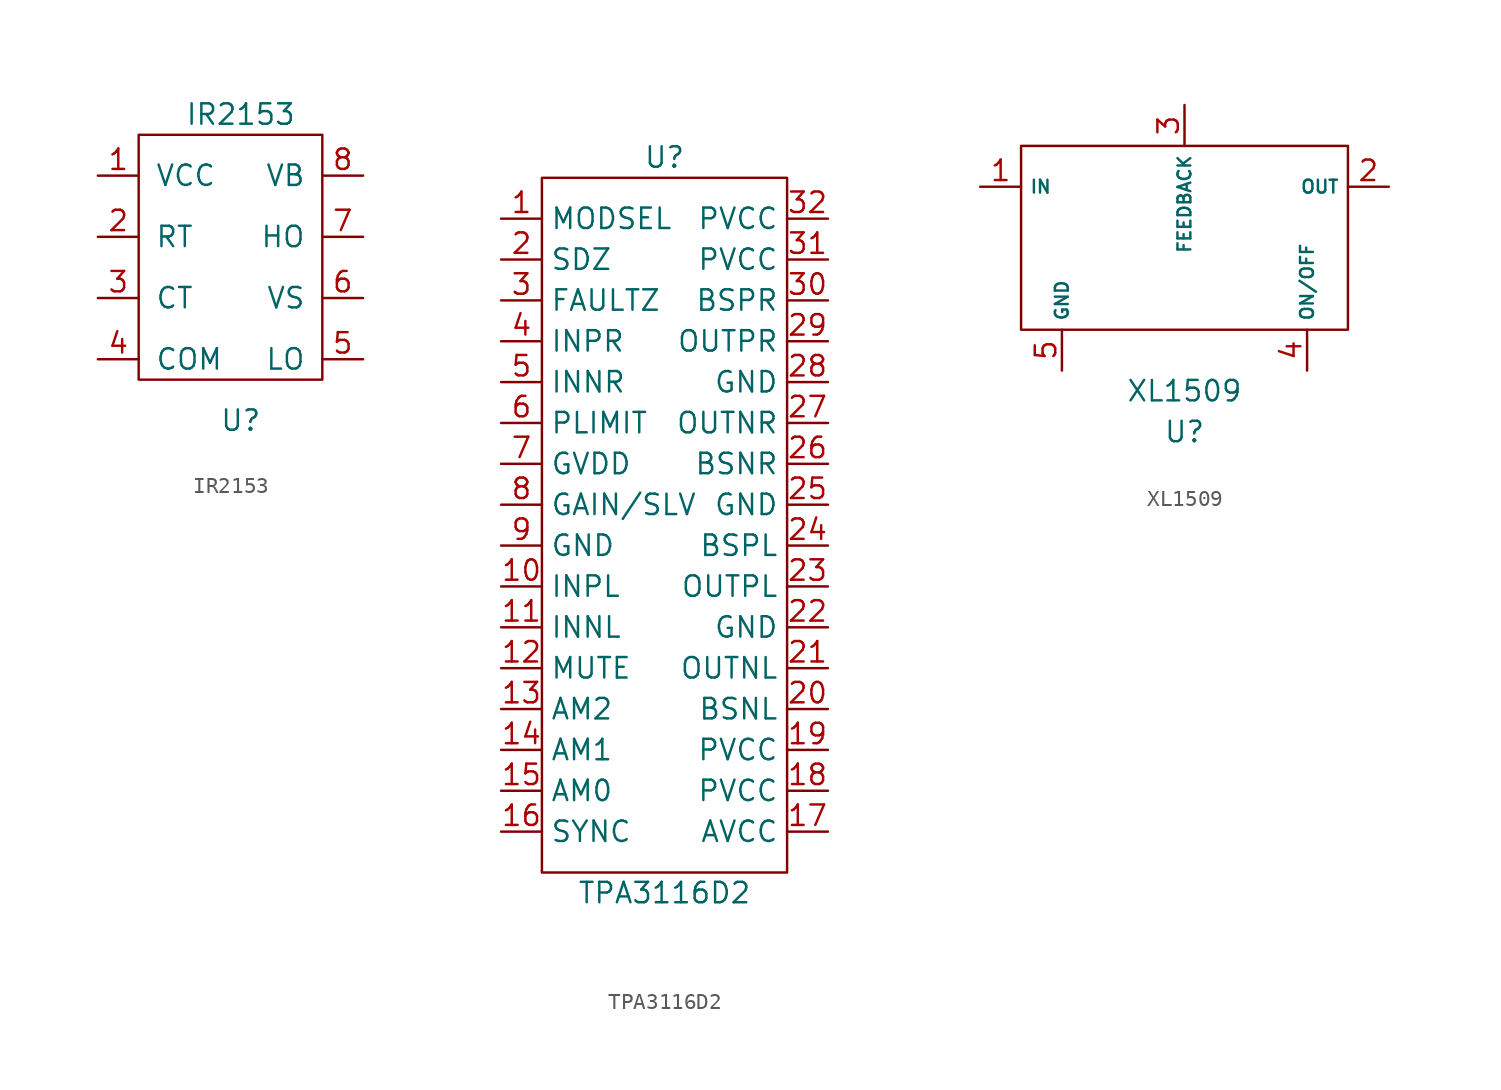
<source format=kicad_sym>
(kicad_symbol_lib
  (version 20211014)
  (generator kicad_symbol_editor)
  (symbol "IR2153"
    (pin_names
      (offset 1.016))
    (property "Reference" "U"
      (at 0 -10.16 0)
      (effects (font (size 1.27 1.27))))
    (property "Value" "IR2153"
      (at 0 8.89 0)
      (effects (font (size 1.27 1.27))))
    (symbol "IR2153_0_1"
      (rectangle (start -6.35 7.62) (end 5.08 -7.62) (stroke (width 0) (type default) (color 0 0 0 0)) (fill (type none))))
    (symbol "IR2153_1_1"
      (pin input line (at -8.89 5.08 0) (length 2.54) (name "VCC" (effects (font (size 1.27 1.27)))) (number "1" (effects (font (size 1.27 1.27)))))
      (pin input line (at -8.89 1.27 0) (length 2.54) (name "RT" (effects (font (size 1.27 1.27)))) (number "2" (effects (font (size 1.27 1.27)))))
      (pin input line (at -8.89 -2.54 0) (length 2.54) (name "CT" (effects (font (size 1.27 1.27)))) (number "3" (effects (font (size 1.27 1.27)))))
      (pin input line (at -8.89 -6.35 0) (length 2.54) (name "COM" (effects (font (size 1.27 1.27)))) (number "4" (effects (font (size 1.27 1.27)))))
      (pin input line (at 7.62 -6.35 180) (length 2.54) (name "LO" (effects (font (size 1.27 1.27)))) (number "5" (effects (font (size 1.27 1.27)))))
      (pin input line (at 7.62 -2.54 180) (length 2.54) (name "VS" (effects (font (size 1.27 1.27)))) (number "6" (effects (font (size 1.27 1.27)))))
      (pin input line (at 7.62 1.27 180) (length 2.54) (name "HO" (effects (font (size 1.27 1.27)))) (number "7" (effects (font (size 1.27 1.27)))))
      (pin input line (at 7.62 5.08 180) (length 2.54) (name "VB" (effects (font (size 1.27 1.27)))) (number "8" (effects (font (size 1.27 1.27)))))))
  (symbol "TPA3116D2"
    (property "Reference" "U"
      (at 0 15.24 0)
      (effects (font (size 1.27 1.27))))
    (property "Value" "TPA3116D2"
      (at 0 -30.48 0)
      (effects (font (size 1.27 1.27))))
    (symbol "TPA3116D2_0_1"
      (rectangle (start -7.62 13.97) (end 7.62 -29.21) (stroke (width 0) (type default) (color 0 0 0 0)) (fill (type none))))
    (symbol "TPA3116D2_1_1"
      (pin input line (at -10.16 11.43 0) (length 2.54) (name "MODSEL" (effects (font (size 1.27 1.27)))) (number "1" (effects (font (size 1.27 1.27)))))
      (pin input line (at -10.16 -11.43 0) (length 2.54) (name "INPL" (effects (font (size 1.27 1.27)))) (number "10" (effects (font (size 1.27 1.27)))))
      (pin input line (at -10.16 -13.97 0) (length 2.54) (name "INNL" (effects (font (size 1.27 1.27)))) (number "11" (effects (font (size 1.27 1.27)))))
      (pin input line (at -10.16 -16.51 0) (length 2.54) (name "MUTE" (effects (font (size 1.27 1.27)))) (number "12" (effects (font (size 1.27 1.27)))))
      (pin input line (at -10.16 -19.05 0) (length 2.54) (name "AM2" (effects (font (size 1.27 1.27)))) (number "13" (effects (font (size 1.27 1.27)))))
      (pin input line (at -10.16 -21.59 0) (length 2.54) (name "AM1" (effects (font (size 1.27 1.27)))) (number "14" (effects (font (size 1.27 1.27)))))
      (pin input line (at -10.16 -24.13 0) (length 2.54) (name "AM0" (effects (font (size 1.27 1.27)))) (number "15" (effects (font (size 1.27 1.27)))))
      (pin input line (at -10.16 -26.67 0) (length 2.54) (name "SYNC" (effects (font (size 1.27 1.27)))) (number "16" (effects (font (size 1.27 1.27)))))
      (pin input line (at 10.16 -26.67 180) (length 2.54) (name "AVCC" (effects (font (size 1.27 1.27)))) (number "17" (effects (font (size 1.27 1.27)))))
      (pin input line (at 10.16 -24.13 180) (length 2.54) (name "PVCC" (effects (font (size 1.27 1.27)))) (number "18" (effects (font (size 1.27 1.27)))))
      (pin input line (at 10.16 -21.59 180) (length 2.54) (name "PVCC" (effects (font (size 1.27 1.27)))) (number "19" (effects (font (size 1.27 1.27)))))
      (pin input line (at -10.16 8.89 0) (length 2.54) (name "SDZ" (effects (font (size 1.27 1.27)))) (number "2" (effects (font (size 1.27 1.27)))))
      (pin input line (at 10.16 -19.05 180) (length 2.54) (name "BSNL" (effects (font (size 1.27 1.27)))) (number "20" (effects (font (size 1.27 1.27)))))
      (pin input line (at 10.16 -16.51 180) (length 2.54) (name "OUTNL" (effects (font (size 1.27 1.27)))) (number "21" (effects (font (size 1.27 1.27)))))
      (pin input line (at 10.16 -13.97 180) (length 2.54) (name "GND" (effects (font (size 1.27 1.27)))) (number "22" (effects (font (size 1.27 1.27)))))
      (pin input line (at 10.16 -11.43 180) (length 2.54) (name "OUTPL" (effects (font (size 1.27 1.27)))) (number "23" (effects (font (size 1.27 1.27)))))
      (pin input line (at 10.16 -8.89 180) (length 2.54) (name "BSPL" (effects (font (size 1.27 1.27)))) (number "24" (effects (font (size 1.27 1.27)))))
      (pin input line (at 10.16 -6.35 180) (length 2.54) (name "GND" (effects (font (size 1.27 1.27)))) (number "25" (effects (font (size 1.27 1.27)))))
      (pin input line (at 10.16 -3.81 180) (length 2.54) (name "BSNR" (effects (font (size 1.27 1.27)))) (number "26" (effects (font (size 1.27 1.27)))))
      (pin input line (at 10.16 -1.27 180) (length 2.54) (name "OUTNR" (effects (font (size 1.27 1.27)))) (number "27" (effects (font (size 1.27 1.27)))))
      (pin input line (at 10.16 1.27 180) (length 2.54) (name "GND" (effects (font (size 1.27 1.27)))) (number "28" (effects (font (size 1.27 1.27)))))
      (pin input line (at 10.16 3.81 180) (length 2.54) (name "OUTPR" (effects (font (size 1.27 1.27)))) (number "29" (effects (font (size 1.27 1.27)))))
      (pin input line (at -10.16 6.35 0) (length 2.54) (name "FAULTZ" (effects (font (size 1.27 1.27)))) (number "3" (effects (font (size 1.27 1.27)))))
      (pin input line (at 10.16 6.35 180) (length 2.54) (name "BSPR" (effects (font (size 1.27 1.27)))) (number "30" (effects (font (size 1.27 1.27)))))
      (pin input line (at 10.16 8.89 180) (length 2.54) (name "PVCC" (effects (font (size 1.27 1.27)))) (number "31" (effects (font (size 1.27 1.27)))))
      (pin input line (at 10.16 11.43 180) (length 2.54) (name "PVCC" (effects (font (size 1.27 1.27)))) (number "32" (effects (font (size 1.27 1.27)))))
      (pin input line (at -10.16 3.81 0) (length 2.54) (name "INPR" (effects (font (size 1.27 1.27)))) (number "4" (effects (font (size 1.27 1.27)))))
      (pin input line (at -10.16 1.27 0) (length 2.54) (name "INNR" (effects (font (size 1.27 1.27)))) (number "5" (effects (font (size 1.27 1.27)))))
      (pin input line (at -10.16 -1.27 0) (length 2.54) (name "PLIMIT" (effects (font (size 1.27 1.27)))) (number "6" (effects (font (size 1.27 1.27)))))
      (pin input line (at -10.16 -3.81 0) (length 2.54) (name "GVDD" (effects (font (size 1.27 1.27)))) (number "7" (effects (font (size 1.27 1.27)))))
      (pin input line (at -10.16 -6.35 0) (length 2.54) (name "GAIN/SLV" (effects (font (size 1.27 1.27)))) (number "8" (effects (font (size 1.27 1.27)))))
      (pin input line (at -10.16 -8.89 0) (length 2.54) (name "GND" (effects (font (size 1.27 1.27)))) (number "9" (effects (font (size 1.27 1.27)))))))
  (symbol "XL1509"
    (property "Reference" "U"
      (at 0 -11.43 0)
      (effects (font (size 1.27 1.27))))
    (property "Value" "XL1509"
      (at 0 -8.89 0)
      (effects (font (size 1.27 1.27))))
    (symbol "XL1509_0_1"
      (rectangle (start -10.16 6.35) (end 10.16 -5.08) (stroke (width 0) (type default) (color 0 0 0 0)) (fill (type none))))
    (symbol "XL1509_1_1"
      (pin input line (at -12.7 3.81 0) (length 2.54) (name "IN" (effects (font (size 0.8 0.8)))) (number "1" (effects (font (size 1.27 1.27)))))
      (pin input line (at 12.7 3.81 180) (length 2.54) (name "OUT" (effects (font (size 0.8 0.8)))) (number "2" (effects (font (size 1.27 1.27)))))
      (pin input line (at 0 8.89 270) (length 2.54) (name "FEEDBACK" (effects (font (size 0.8 0.8)))) (number "3" (effects (font (size 1.27 1.27)))))
      (pin input line (at 7.62 -7.62 90) (length 2.54) (name "ON/OFF" (effects (font (size 0.8 0.8)))) (number "4" (effects (font (size 1.27 1.27)))))
      (pin input line (at -7.62 -7.62 90) (length 2.54) (name "GND" (effects (font (size 0.8 0.8)))) (number "5" (effects (font (size 1.27 1.27)))))
      (pin input line (at -7.62 -7.62 90) (length 2.54) hide (name "GND" (effects (font (size 1.27 1.27)))) (number "6" (effects (font (size 1.27 1.27)))))
      (pin input line (at -7.62 -7.62 90) (length 2.54) hide (name "GND" (effects (font (size 1.27 1.27)))) (number "7" (effects (font (size 1.27 1.27)))))
      (pin input line (at -7.62 -7.62 90) (length 2.54) hide (name "GND" (effects (font (size 1.27 1.27)))) (number "8" (effects (font (size 1.27 1.27))))))))
</source>
